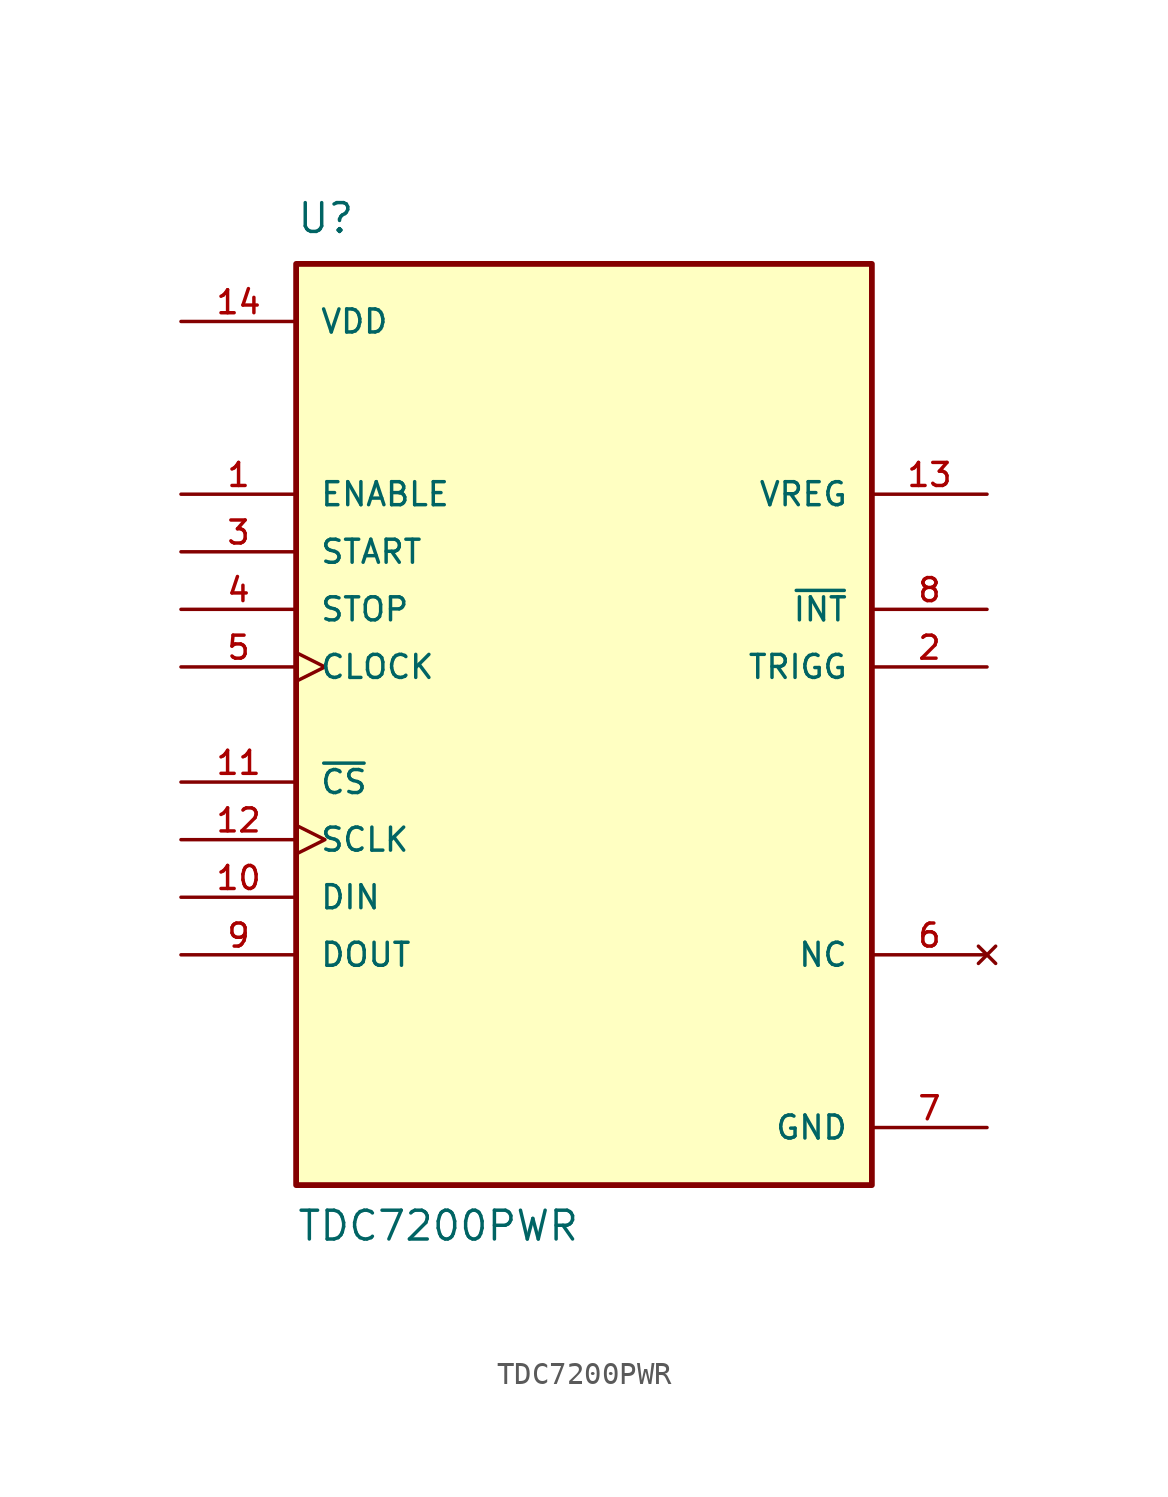
<source format=kicad_sym>
(kicad_symbol_lib
  (version 20211014)
  (generator kicad_symbol_editor)
  (symbol "TDC7200PWR"
    (pin_names
      (offset 1.016))
    (property "Reference" "U"
      (at -12.7 21.59 0.0)
      (effects (font (size 1.27 1.27)) (justify bottom left)))
    (property "Value" "TDC7200PWR"
      (at -12.7 -22.86 0.0)
      (effects (font (size 1.27 1.27)) (justify bottom left)))
    (symbol "TDC7200PWR_0_0"
      (rectangle (start -12.7 -20.32) (end 12.7 20.32) (stroke (width 0.254)) (fill (type background)))
      (pin input clock (at -17.78 2.54 0) (length 5.08) (name "CLOCK" (effects (font (size 1.016 1.016)))) (number "5" (effects (font (size 1.016 1.016)))))
      (pin input line (at -17.78 -2.54 0) (length 5.08) (name "~{CS}" (effects (font (size 1.016 1.016)))) (number "11" (effects (font (size 1.016 1.016)))))
      (pin input line (at -17.78 -7.62 0) (length 5.08) (name "DIN" (effects (font (size 1.016 1.016)))) (number "10" (effects (font (size 1.016 1.016)))))
      (pin input line (at -17.78 10.16 0) (length 5.08) (name "ENABLE" (effects (font (size 1.016 1.016)))) (number "1" (effects (font (size 1.016 1.016)))))
      (pin input clock (at -17.78 -5.08 0) (length 5.08) (name "SCLK" (effects (font (size 1.016 1.016)))) (number "12" (effects (font (size 1.016 1.016)))))
      (pin input line (at -17.78 7.62 0) (length 5.08) (name "START" (effects (font (size 1.016 1.016)))) (number "3" (effects (font (size 1.016 1.016)))))
      (pin input line (at -17.78 5.08 0) (length 5.08) (name "STOP" (effects (font (size 1.016 1.016)))) (number "4" (effects (font (size 1.016 1.016)))))
      (pin power_in line (at -17.78 17.78 0) (length 5.08) (name "VDD" (effects (font (size 1.016 1.016)))) (number "14" (effects (font (size 1.016 1.016)))))
      (pin output line (at -17.78 -10.16 0) (length 5.08) (name "DOUT" (effects (font (size 1.016 1.016)))) (number "9" (effects (font (size 1.016 1.016)))))
      (pin output line (at 17.78 5.08 180.0) (length 5.08) (name "~{INT}" (effects (font (size 1.016 1.016)))) (number "8" (effects (font (size 1.016 1.016)))))
      (pin output line (at 17.78 2.54 180.0) (length 5.08) (name "TRIGG" (effects (font (size 1.016 1.016)))) (number "2" (effects (font (size 1.016 1.016)))))
      (pin output line (at 17.78 10.16 180.0) (length 5.08) (name "VREG" (effects (font (size 1.016 1.016)))) (number "13" (effects (font (size 1.016 1.016)))))
      (pin power_in line (at 17.78 -17.78 180.0) (length 5.08) (name "GND" (effects (font (size 1.016 1.016)))) (number "7" (effects (font (size 1.016 1.016)))))
      (pin no_connect line (at 17.78 -10.16 180.0) (length 5.08) (name "NC" (effects (font (size 1.016 1.016)))) (number "6" (effects (font (size 1.016 1.016))))))))
</source>
